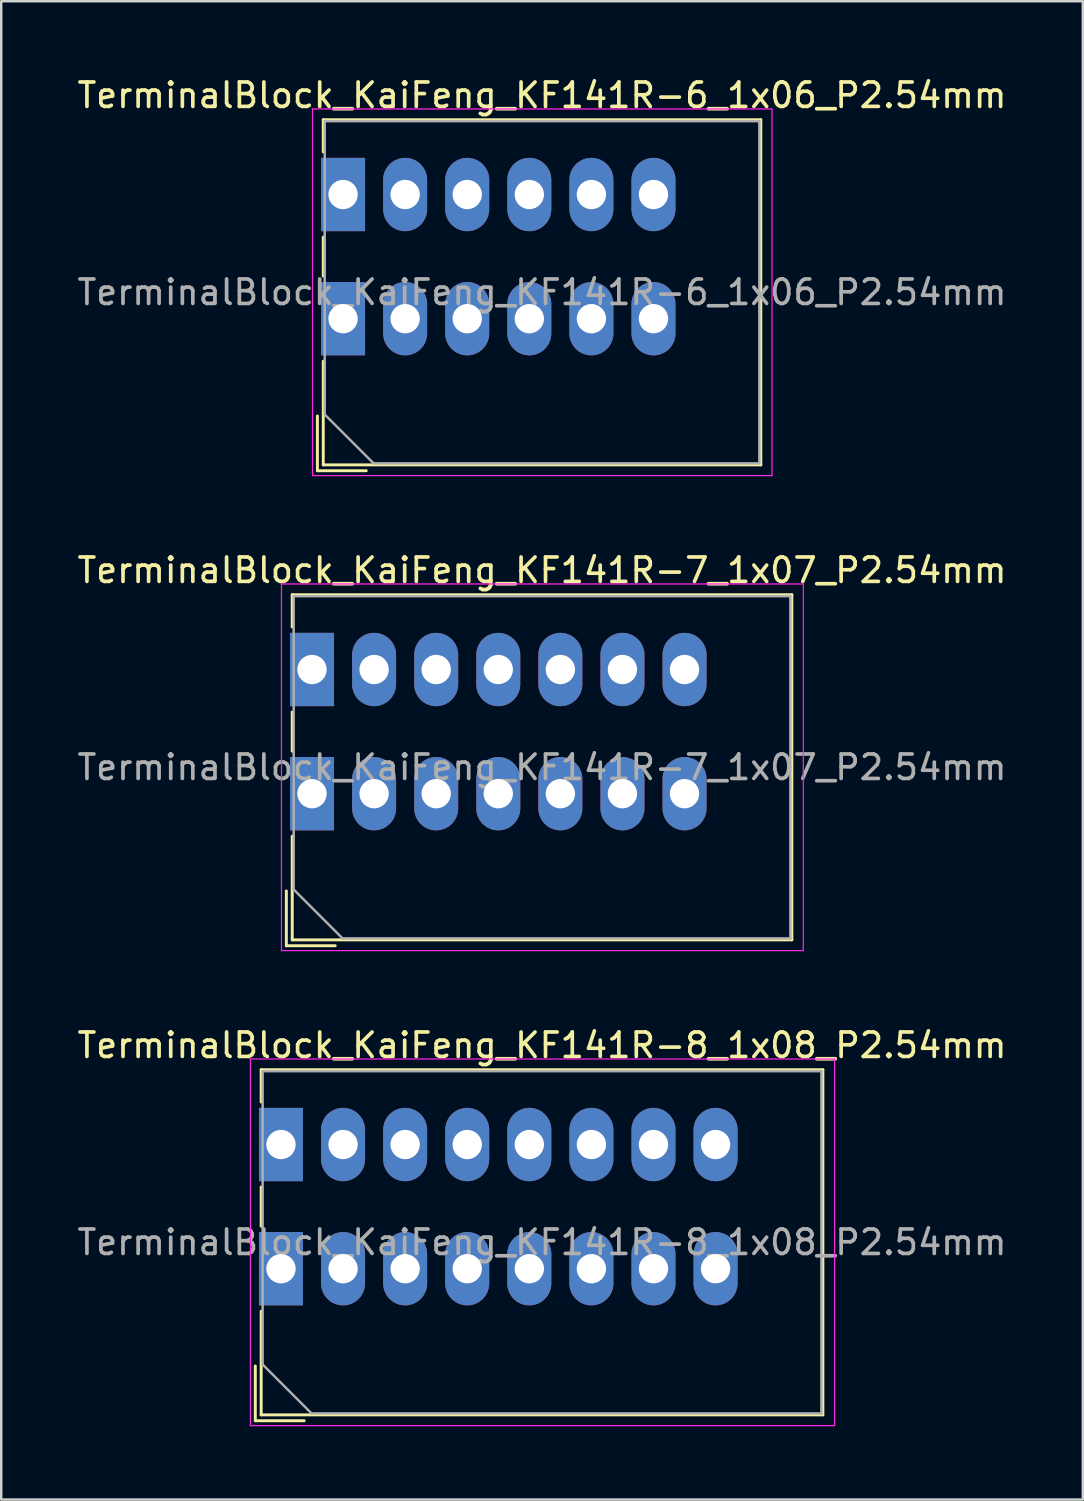
<source format=kicad_pcb>
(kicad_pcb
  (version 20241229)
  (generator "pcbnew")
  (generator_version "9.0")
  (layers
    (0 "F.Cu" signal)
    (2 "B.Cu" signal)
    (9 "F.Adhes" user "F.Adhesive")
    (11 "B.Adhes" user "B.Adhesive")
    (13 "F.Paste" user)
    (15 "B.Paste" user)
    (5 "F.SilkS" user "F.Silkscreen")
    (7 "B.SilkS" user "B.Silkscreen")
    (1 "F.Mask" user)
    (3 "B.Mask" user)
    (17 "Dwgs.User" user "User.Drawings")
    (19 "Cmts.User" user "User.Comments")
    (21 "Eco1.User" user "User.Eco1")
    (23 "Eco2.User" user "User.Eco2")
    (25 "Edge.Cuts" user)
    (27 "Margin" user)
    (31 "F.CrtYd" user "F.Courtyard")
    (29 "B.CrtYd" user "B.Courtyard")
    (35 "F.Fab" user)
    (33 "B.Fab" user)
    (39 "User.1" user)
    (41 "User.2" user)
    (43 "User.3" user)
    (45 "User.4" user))
  (footprint "TerminalBlock_KaiFeng_KF141R-7_1x07_P2.54mm"
    (layer "F.Cu")
    (at 9.715 24.341)
    (property "Reference" "TerminalBlock_KaiFeng_KF141R-7_1x07_P2.54mm" (at 9.41 -4.06 0) (layer "F.SilkS") (effects (font (size 1 1) (thickness 0.15))))
    (attr through_hole)
    (fp_line (start -1.05 9.06) (end -1.05 11.3) (stroke (width 0.12) (type solid)) (layer "F.SilkS"))
    (fp_line (start -1.05 11.3) (end 0.95 11.3) (stroke (width 0.12) (type solid)) (layer "F.SilkS"))
    (fp_line (start -0.81 -3.06) (end -0.81 -1.74) (stroke (width 0.12) (type solid)) (layer "F.SilkS"))
    (fp_line (start -0.81 -3.06) (end 19.631 -3.06) (stroke (width 0.12) (type solid)) (layer "F.SilkS"))
    (fp_line (start -0.81 1.74) (end -0.81 3.34) (stroke (width 0.12) (type solid)) (layer "F.SilkS"))
    (fp_line (start -0.81 6.82) (end -0.81 11.06) (stroke (width 0.12) (type solid)) (layer "F.SilkS"))
    (fp_line (start -0.81 11.06) (end 19.631 11.06) (stroke (width 0.12) (type solid)) (layer "F.SilkS"))
    (fp_line (start 19.631 -3.06) (end 19.631 11.06) (stroke (width 0.12) (type solid)) (layer "F.SilkS"))
    (fp_line (start -1.25 -3.5) (end -1.25 11.5) (stroke (width 0.05) (type solid)) (layer "F.CrtYd"))
    (fp_line (start -1.25 11.5) (end 20.1 11.5) (stroke (width 0.05) (type solid)) (layer "F.CrtYd"))
    (fp_line (start 20.1 -3.5) (end -1.25 -3.5) (stroke (width 0.05) (type solid)) (layer "F.CrtYd"))
    (fp_line (start 20.1 11.5) (end 20.1 -3.5) (stroke (width 0.05) (type solid)) (layer "F.CrtYd"))
    (fp_line (start -0.75 -3) (end 19.57 -3) (stroke (width 0.1) (type solid)) (layer "F.Fab"))
    (fp_line (start -0.75 9) (end -0.75 -3) (stroke (width 0.1) (type solid)) (layer "F.Fab"))
    (fp_line (start 1.25 11) (end -0.75 9) (stroke (width 0.1) (type solid)) (layer "F.Fab"))
    (fp_line (start 19.57 -3) (end 19.57 11) (stroke (width 0.1) (type solid)) (layer "F.Fab"))
    (fp_line (start 19.57 11) (end 1.25 11) (stroke (width 0.1) (type solid)) (layer "F.Fab"))
    (fp_text user "${REFERENCE}" (at 9.41 4 0) (layer "F.Fab") (effects (font (size 1 1) (thickness 0.15))))
    (pad "1" thru_hole rect (at 0 0) (size 1.8 3) (drill 1.2) (layers "*.Cu" "*.Mask"))
    (pad "1" thru_hole rect (at 0 5.08) (size 1.8 3) (drill 1.2) (layers "*.Cu" "*.Mask"))
    (pad "2" thru_hole oval (at 2.54 0) (size 1.8 3) (drill 1.2) (layers "*.Cu" "*.Mask"))
    (pad "2" thru_hole oval (at 2.54 5.08) (size 1.8 3) (drill 1.2) (layers "*.Cu" "*.Mask"))
    (pad "3" thru_hole oval (at 5.08 0) (size 1.8 3) (drill 1.2) (layers "*.Cu" "*.Mask"))
    (pad "3" thru_hole oval (at 5.08 5.08) (size 1.8 3) (drill 1.2) (layers "*.Cu" "*.Mask"))
    (pad "4" thru_hole oval (at 7.62 0) (size 1.8 3) (drill 1.2) (layers "*.Cu" "*.Mask"))
    (pad "4" thru_hole oval (at 7.62 5.08) (size 1.8 3) (drill 1.2) (layers "*.Cu" "*.Mask"))
    (pad "5" thru_hole oval (at 10.16 0) (size 1.8 3) (drill 1.2) (layers "*.Cu" "*.Mask"))
    (pad "5" thru_hole oval (at 10.16 5.08) (size 1.8 3) (drill 1.2) (layers "*.Cu" "*.Mask"))
    (pad "6" thru_hole oval (at 12.7 0) (size 1.8 3) (drill 1.2) (layers "*.Cu" "*.Mask"))
    (pad "6" thru_hole oval (at 12.7 5.08) (size 1.8 3) (drill 1.2) (layers "*.Cu" "*.Mask"))
    (pad "7" thru_hole oval (at 15.24 0) (size 1.8 3) (drill 1.2) (layers "*.Cu" "*.Mask"))
    (pad "7" thru_hole oval (at 15.24 5.08) (size 1.8 3) (drill 1.2) (layers "*.Cu" "*.Mask")))
  (footprint "TerminalBlock_KaiFeng_KF141R-8_1x08_P2.54mm"
    (layer "F.Cu")
    (at 8.445 43.775)
    (property "Reference" "TerminalBlock_KaiFeng_KF141R-8_1x08_P2.54mm" (at 10.68 -4.06 0) (layer "F.SilkS") (effects (font (size 1 1) (thickness 0.15))))
    (attr through_hole)
    (fp_line (start -1.05 9.06) (end -1.05 11.3) (stroke (width 0.12) (type solid)) (layer "F.SilkS"))
    (fp_line (start -1.05 11.3) (end 0.95 11.3) (stroke (width 0.12) (type solid)) (layer "F.SilkS"))
    (fp_line (start -0.81 -3.06) (end -0.81 -1.74) (stroke (width 0.12) (type solid)) (layer "F.SilkS"))
    (fp_line (start -0.81 -3.06) (end 22.17 -3.06) (stroke (width 0.12) (type solid)) (layer "F.SilkS"))
    (fp_line (start -0.81 1.74) (end -0.81 3.34) (stroke (width 0.12) (type solid)) (layer "F.SilkS"))
    (fp_line (start -0.81 6.82) (end -0.81 11.06) (stroke (width 0.12) (type solid)) (layer "F.SilkS"))
    (fp_line (start -0.81 11.06) (end 22.17 11.06) (stroke (width 0.12) (type solid)) (layer "F.SilkS"))
    (fp_line (start 22.17 -3.06) (end 22.17 11.06) (stroke (width 0.12) (type solid)) (layer "F.SilkS"))
    (fp_line (start -1.25 -3.5) (end -1.25 11.5) (stroke (width 0.05) (type solid)) (layer "F.CrtYd"))
    (fp_line (start -1.25 11.5) (end 22.65 11.5) (stroke (width 0.05) (type solid)) (layer "F.CrtYd"))
    (fp_line (start 22.65 -3.5) (end -1.25 -3.5) (stroke (width 0.05) (type solid)) (layer "F.CrtYd"))
    (fp_line (start 22.65 11.5) (end 22.65 -3.5) (stroke (width 0.05) (type solid)) (layer "F.CrtYd"))
    (fp_line (start -0.75 -3) (end 22.11 -3) (stroke (width 0.1) (type solid)) (layer "F.Fab"))
    (fp_line (start -0.75 9) (end -0.75 -3) (stroke (width 0.1) (type solid)) (layer "F.Fab"))
    (fp_line (start 1.25 11) (end -0.75 9) (stroke (width 0.1) (type solid)) (layer "F.Fab"))
    (fp_line (start 22.11 -3) (end 22.11 11) (stroke (width 0.1) (type solid)) (layer "F.Fab"))
    (fp_line (start 22.11 11) (end 1.25 11) (stroke (width 0.1) (type solid)) (layer "F.Fab"))
    (fp_text user "${REFERENCE}" (at 10.68 4 0) (layer "F.Fab") (effects (font (size 1 1) (thickness 0.15))))
    (pad "1" thru_hole rect (at 0 0) (size 1.8 3) (drill 1.2) (layers "*.Cu" "*.Mask"))
    (pad "1" thru_hole rect (at 0 5.08) (size 1.8 3) (drill 1.2) (layers "*.Cu" "*.Mask"))
    (pad "2" thru_hole oval (at 2.54 0) (size 1.8 3) (drill 1.2) (layers "*.Cu" "*.Mask"))
    (pad "2" thru_hole oval (at 2.54 5.08) (size 1.8 3) (drill 1.2) (layers "*.Cu" "*.Mask"))
    (pad "3" thru_hole oval (at 5.08 0) (size 1.8 3) (drill 1.2) (layers "*.Cu" "*.Mask"))
    (pad "3" thru_hole oval (at 5.08 5.08) (size 1.8 3) (drill 1.2) (layers "*.Cu" "*.Mask"))
    (pad "4" thru_hole oval (at 7.62 0) (size 1.8 3) (drill 1.2) (layers "*.Cu" "*.Mask"))
    (pad "4" thru_hole oval (at 7.62 5.08) (size 1.8 3) (drill 1.2) (layers "*.Cu" "*.Mask"))
    (pad "5" thru_hole oval (at 10.16 0) (size 1.8 3) (drill 1.2) (layers "*.Cu" "*.Mask"))
    (pad "5" thru_hole oval (at 10.16 5.08) (size 1.8 3) (drill 1.2) (layers "*.Cu" "*.Mask"))
    (pad "6" thru_hole oval (at 12.7 0) (size 1.8 3) (drill 1.2) (layers "*.Cu" "*.Mask"))
    (pad "6" thru_hole oval (at 12.7 5.08) (size 1.8 3) (drill 1.2) (layers "*.Cu" "*.Mask"))
    (pad "7" thru_hole oval (at 15.24 0) (size 1.8 3) (drill 1.2) (layers "*.Cu" "*.Mask"))
    (pad "7" thru_hole oval (at 15.24 5.08) (size 1.8 3) (drill 1.2) (layers "*.Cu" "*.Mask"))
    (pad "8" thru_hole oval (at 17.78 0) (size 1.8 3) (drill 1.2) (layers "*.Cu" "*.Mask"))
    (pad "8" thru_hole oval (at 17.78 5.08) (size 1.8 3) (drill 1.2) (layers "*.Cu" "*.Mask")))
  (footprint "TerminalBlock_KaiFeng_KF141R-6_1x06_P2.54mm"
    (layer "F.Cu")
    (at 10.985 4.908)
    (property "Reference" "TerminalBlock_KaiFeng_KF141R-6_1x06_P2.54mm" (at 8.14 -4.06 0) (layer "F.SilkS") (effects (font (size 1 1) (thickness 0.15))))
    (attr through_hole)
    (fp_line (start -1.05 9.06) (end -1.05 11.3) (stroke (width 0.12) (type solid)) (layer "F.SilkS"))
    (fp_line (start -1.05 11.3) (end 0.95 11.3) (stroke (width 0.12) (type solid)) (layer "F.SilkS"))
    (fp_line (start -0.81 -3.06) (end -0.81 -1.74) (stroke (width 0.12) (type solid)) (layer "F.SilkS"))
    (fp_line (start -0.81 -3.06) (end 17.091 -3.06) (stroke (width 0.12) (type solid)) (layer "F.SilkS"))
    (fp_line (start -0.81 1.74) (end -0.81 3.34) (stroke (width 0.12) (type solid)) (layer "F.SilkS"))
    (fp_line (start -0.81 6.82) (end -0.81 11.06) (stroke (width 0.12) (type solid)) (layer "F.SilkS"))
    (fp_line (start -0.81 11.06) (end 17.091 11.06) (stroke (width 0.12) (type solid)) (layer "F.SilkS"))
    (fp_line (start 17.091 -3.06) (end 17.091 11.06) (stroke (width 0.12) (type solid)) (layer "F.SilkS"))
    (fp_line (start -1.25 -3.5) (end -1.25 11.5) (stroke (width 0.05) (type solid)) (layer "F.CrtYd"))
    (fp_line (start -1.25 11.5) (end 17.55 11.5) (stroke (width 0.05) (type solid)) (layer "F.CrtYd"))
    (fp_line (start 17.55 -3.5) (end -1.25 -3.5) (stroke (width 0.05) (type solid)) (layer "F.CrtYd"))
    (fp_line (start 17.55 11.5) (end 17.55 -3.5) (stroke (width 0.05) (type solid)) (layer "F.CrtYd"))
    (fp_line (start -0.75 -3) (end 17.03 -3) (stroke (width 0.1) (type solid)) (layer "F.Fab"))
    (fp_line (start -0.75 9) (end -0.75 -3) (stroke (width 0.1) (type solid)) (layer "F.Fab"))
    (fp_line (start 1.25 11) (end -0.75 9) (stroke (width 0.1) (type solid)) (layer "F.Fab"))
    (fp_line (start 17.03 -3) (end 17.03 11) (stroke (width 0.1) (type solid)) (layer "F.Fab"))
    (fp_line (start 17.03 11) (end 1.25 11) (stroke (width 0.1) (type solid)) (layer "F.Fab"))
    (fp_text user "${REFERENCE}" (at 8.14 4 0) (layer "F.Fab") (effects (font (size 1 1) (thickness 0.15))))
    (pad "1" thru_hole rect (at 0 0) (size 1.8 3) (drill 1.2) (layers "*.Cu" "*.Mask"))
    (pad "1" thru_hole rect (at 0 5.08) (size 1.8 3) (drill 1.2) (layers "*.Cu" "*.Mask"))
    (pad "2" thru_hole oval (at 2.54 0) (size 1.8 3) (drill 1.2) (layers "*.Cu" "*.Mask"))
    (pad "2" thru_hole oval (at 2.54 5.08) (size 1.8 3) (drill 1.2) (layers "*.Cu" "*.Mask"))
    (pad "3" thru_hole oval (at 5.08 0) (size 1.8 3) (drill 1.2) (layers "*.Cu" "*.Mask"))
    (pad "3" thru_hole oval (at 5.08 5.08) (size 1.8 3) (drill 1.2) (layers "*.Cu" "*.Mask"))
    (pad "4" thru_hole oval (at 7.62 0) (size 1.8 3) (drill 1.2) (layers "*.Cu" "*.Mask"))
    (pad "4" thru_hole oval (at 7.62 5.08) (size 1.8 3) (drill 1.2) (layers "*.Cu" "*.Mask"))
    (pad "5" thru_hole oval (at 10.16 0) (size 1.8 3) (drill 1.2) (layers "*.Cu" "*.Mask"))
    (pad "5" thru_hole oval (at 10.16 5.08) (size 1.8 3) (drill 1.2) (layers "*.Cu" "*.Mask"))
    (pad "6" thru_hole oval (at 12.7 0) (size 1.8 3) (drill 1.2) (layers "*.Cu" "*.Mask"))
    (pad "6" thru_hole oval (at 12.7 5.08) (size 1.8 3) (drill 1.2) (layers "*.Cu" "*.Mask")))
  (gr_rect
    (start -3 -3)
    (end 41.25 58.3)
    (stroke (width 0.1) (type default))
    (fill no)
    (layer "Edge.Cuts")))
</source>
